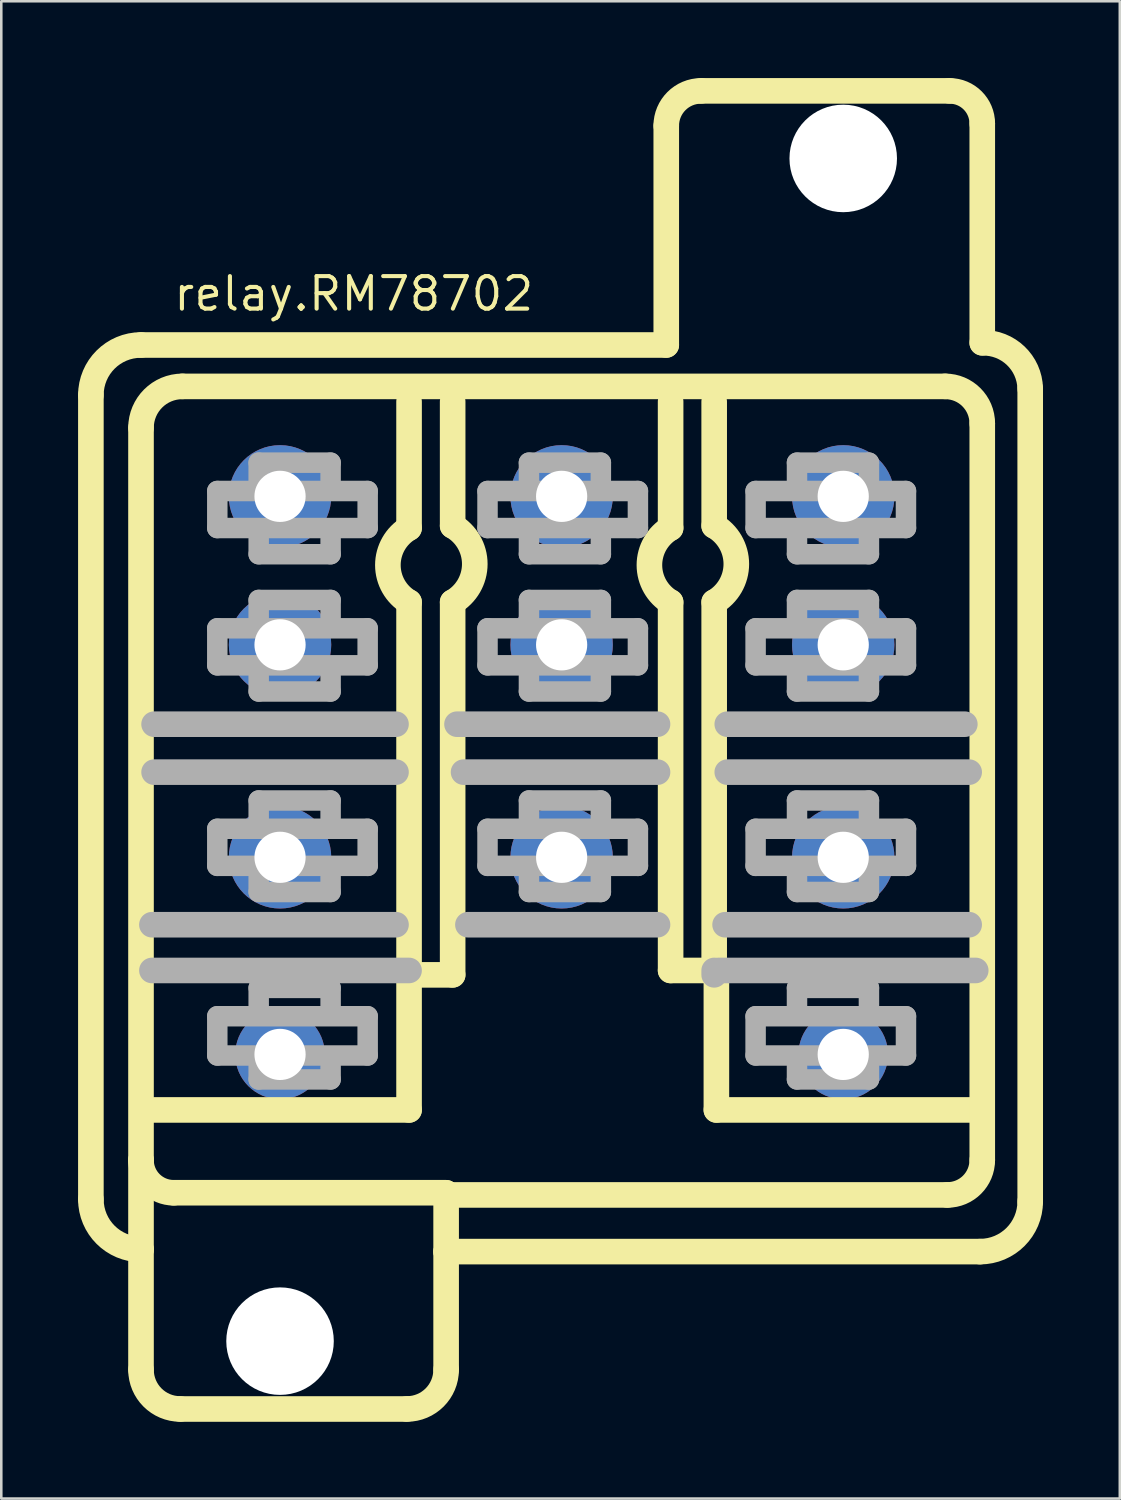
<source format=kicad_pcb>
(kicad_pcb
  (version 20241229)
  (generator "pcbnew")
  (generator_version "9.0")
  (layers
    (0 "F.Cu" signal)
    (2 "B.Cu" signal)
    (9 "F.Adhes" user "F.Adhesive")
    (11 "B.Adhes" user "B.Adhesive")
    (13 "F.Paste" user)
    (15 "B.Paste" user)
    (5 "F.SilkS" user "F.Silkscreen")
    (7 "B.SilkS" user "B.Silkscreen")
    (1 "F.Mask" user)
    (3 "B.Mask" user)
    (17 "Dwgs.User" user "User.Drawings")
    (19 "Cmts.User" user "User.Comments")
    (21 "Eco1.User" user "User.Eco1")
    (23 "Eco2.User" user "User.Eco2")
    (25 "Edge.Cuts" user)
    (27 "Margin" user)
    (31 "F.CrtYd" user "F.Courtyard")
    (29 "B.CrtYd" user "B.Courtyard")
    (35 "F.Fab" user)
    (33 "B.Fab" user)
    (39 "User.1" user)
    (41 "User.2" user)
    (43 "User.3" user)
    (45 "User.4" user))
  (footprint "relay.RM78702"
    (layer "F.Cu")
    (at 18.889 29.489)
    (property "Reference" "relay.RM78702" (at -15.24 -20.32 0) (layer "F.SilkS") (effects (font (size 1.27 1.27) (thickness 0.16)) (justify left bottom)))
    (attr through_hole)
    (fp_line (start -18.389 14.309) (end -18.389 -17.105) (stroke (width 1) (type default)) (layer "F.SilkS"))
    (fp_line (start -16.431 -19.063) (end 4.087 -19.063) (stroke (width 1) (type default)) (layer "F.SilkS"))
    (fp_line (start -16.431 12.777) (end -16.431 -15.828) (stroke (width 1) (type default)) (layer "F.SilkS"))
    (fp_line (start -16.431 12.777) (end -16.431 16.268) (stroke (width 1) (type default)) (layer "F.SilkS"))
    (fp_line (start -16.431 16.268) (end -16.431 20.968) (stroke (width 1) (type default)) (layer "F.SilkS"))
    (fp_line (start -14.899 22.5) (end -6.045 22.5) (stroke (width 1) (type default)) (layer "F.SilkS"))
    (fp_line (start -14.813 -17.446) (end 14.984 -17.446) (stroke (width 1) (type default)) (layer "F.SilkS"))
    (fp_line (start -5.96 -16.85) (end -5.96 -11.912) (stroke (width 1) (type default)) (layer "F.SilkS"))
    (fp_line (start -5.96 -9.018) (end -5.96 5.37) (stroke (width 1) (type default)) (layer "F.SilkS"))
    (fp_line (start -5.96 5.541) (end -5.96 10.819) (stroke (width 1) (type default)) (layer "F.SilkS"))
    (fp_line (start -5.96 10.819) (end -15.92 10.819) (stroke (width 1) (type default)) (layer "F.SilkS"))
    (fp_line (start -4.512 14.054) (end -15.154 14.054) (stroke (width 1) (type default)) (layer "F.SilkS"))
    (fp_line (start -4.512 16.353) (end -4.512 14.054) (stroke (width 1) (type default)) (layer "F.SilkS"))
    (fp_line (start -4.512 20.968) (end -4.512 16.353) (stroke (width 1) (type default)) (layer "F.SilkS"))
    (fp_line (start -4.257 -16.85) (end -4.257 -11.997) (stroke (width 1) (type default)) (layer "F.SilkS"))
    (fp_line (start -4.257 -9.018) (end -4.257 5.541) (stroke (width 1) (type default)) (layer "F.SilkS"))
    (fp_line (start -4.257 5.541) (end -5.96 5.541) (stroke (width 1) (type default)) (layer "F.SilkS"))
    (fp_line (start 4.087 -19.063) (end 4.087 -27.627) (stroke (width 1) (type default)) (layer "F.SilkS"))
    (fp_line (start 4.257 -16.85) (end 4.257 -11.912) (stroke (width 1) (type default)) (layer "F.SilkS"))
    (fp_line (start 4.257 -9.018) (end 4.257 5.37) (stroke (width 1) (type default)) (layer "F.SilkS"))
    (fp_line (start 5.449 -28.989) (end 15.154 -28.989) (stroke (width 1) (type default)) (layer "F.SilkS"))
    (fp_line (start 5.959 -16.85) (end 5.959 -11.997) (stroke (width 1) (type default)) (layer "F.SilkS"))
    (fp_line (start 5.959 -9.018) (end 5.959 5.37) (stroke (width 1) (type default)) (layer "F.SilkS"))
    (fp_line (start 5.959 5.37) (end 4.257 5.37) (stroke (width 1) (type default)) (layer "F.SilkS"))
    (fp_line (start 6.045 5.541) (end 6.045 10.819) (stroke (width 1) (type default)) (layer "F.SilkS"))
    (fp_line (start 15.069 14.139) (end -4.597 14.139) (stroke (width 1) (type default)) (layer "F.SilkS"))
    (fp_line (start 16.005 10.819) (end 6.045 10.819) (stroke (width 1) (type default)) (layer "F.SilkS"))
    (fp_line (start 16.346 16.353) (end -4.512 16.353) (stroke (width 1) (type default)) (layer "F.SilkS"))
    (fp_line (start 16.431 -15.999) (end 16.431 12.777) (stroke (width 1) (type default)) (layer "F.SilkS"))
    (fp_line (start 16.431 -27.712) (end 16.431 -19.149) (stroke (width 1) (type default)) (layer "F.SilkS"))
    (fp_line (start 18.304 -17.361) (end 18.304 14.395) (stroke (width 1) (type default)) (layer "F.SilkS"))
    (fp_arc (start -18.3892 -17.1053) (mid -17.815686 -18.489886) (end -16.4311 -19.0634) (stroke (width 1) (type default)) (layer "F.SilkS"))
    (fp_arc (start -16.4311 -15.8283) (mid -15.957316 -16.972116) (end -14.8135 -17.4459) (stroke (width 1) (type default)) (layer "F.SilkS"))
    (fp_arc (start -16.4311 16.2676) (mid -17.815657 15.694057) (end -18.3892 14.3095) (stroke (width 1) (type default)) (layer "F.SilkS"))
    (fp_arc (start -15.1541 14.0541) (mid -16.057075 13.680075) (end -16.4311 12.7771) (stroke (width 1) (type default)) (layer "F.SilkS"))
    (fp_arc (start -14.8987 22.5) (mid -15.98227 22.05117) (end -16.4311 20.9676) (stroke (width 1) (type default)) (layer "F.SilkS"))
    (fp_arc (start -5.9595 -9.0175) (mid -6.787304 -10.4648) (end -5.9595 -11.9121) (stroke (width 1) (type default)) (layer "F.SilkS"))
    (fp_arc (start -4.5122 20.9676) (mid -4.96103 22.05117) (end -6.0446 22.5) (stroke (width 1) (type default)) (layer "F.SilkS"))
    (fp_arc (start -4.2568 -11.9972) (mid -3.392286 -10.50735) (end -4.2568 -9.0175) (stroke (width 1) (type default)) (layer "F.SilkS"))
    (fp_arc (start 4.0865 -27.6268) (mid 4.485479 -28.590021) (end 5.4487 -28.989) (stroke (width 1) (type default)) (layer "F.SilkS"))
    (fp_arc (start 4.2567 -9.0175) (mid 3.428896 -10.4648) (end 4.2567 -11.9121) (stroke (width 1) (type default)) (layer "F.SilkS"))
    (fp_arc (start 5.9594 -11.9972) (mid 6.823914 -10.50735) (end 5.9594 -9.0175) (stroke (width 1) (type default)) (layer "F.SilkS"))
    (fp_arc (start 14.9837 -17.4459) (mid 16.007096 -17.021996) (end 16.431 -15.9986) (stroke (width 1) (type default)) (layer "F.SilkS"))
    (fp_arc (start 15.154 -28.989) (mid 16.057046 -28.614946) (end 16.4311 -27.7119) (stroke (width 1) (type default)) (layer "F.SilkS"))
    (fp_arc (start 16.431 12.7771) (mid 16.031992 13.740192) (end 15.0689 14.1392) (stroke (width 1) (type default)) (layer "F.SilkS"))
    (fp_arc (start 16.4311 -19.1486) (mid 17.737976 -18.642687) (end 18.304 -17.3607) (stroke (width 1) (type default)) (layer "F.SilkS"))
    (fp_arc (start 18.304 14.3946) (mid 17.730457 15.779157) (end 16.3459 16.3527) (stroke (width 1) (type default)) (layer "F.SilkS"))
    (fp_line (start -16.005 3.583) (end -6.47 3.583) (stroke (width 1) (type default)) (layer "F.Fab"))
    (fp_line (start -13.451 -13.359) (end -13.451 -11.912) (stroke (width 0.8) (type default)) (layer "F.Fab"))
    (fp_line (start -13.451 -11.912) (end -7.577 -11.912) (stroke (width 0.8) (type default)) (layer "F.Fab"))
    (fp_line (start -13.451 -7.996) (end -7.577 -7.996) (stroke (width 0.8) (type default)) (layer "F.Fab"))
    (fp_line (start -13.451 -6.549) (end -13.451 -7.996) (stroke (width 0.8) (type default)) (layer "F.Fab"))
    (fp_line (start -13.451 -0.164) (end -7.577 -0.164) (stroke (width 0.8) (type default)) (layer "F.Fab"))
    (fp_line (start -13.451 1.284) (end -13.451 -0.164) (stroke (width 0.8) (type default)) (layer "F.Fab"))
    (fp_line (start -13.451 7.158) (end -7.577 7.158) (stroke (width 0.8) (type default)) (layer "F.Fab"))
    (fp_line (start -13.451 8.691) (end -13.451 7.158) (stroke (width 0.8) (type default)) (layer "F.Fab"))
    (fp_line (start -11.834 -14.466) (end -9.024 -14.466) (stroke (width 0.8) (type default)) (layer "F.Fab"))
    (fp_line (start -11.834 -13.615) (end -11.834 -14.466) (stroke (width 0.8) (type default)) (layer "F.Fab"))
    (fp_line (start -11.834 -10.89) (end -11.834 -11.486) (stroke (width 0.8) (type default)) (layer "F.Fab"))
    (fp_line (start -11.834 -9.103) (end -9.024 -9.103) (stroke (width 0.8) (type default)) (layer "F.Fab"))
    (fp_line (start -11.834 -8.336) (end -11.834 -9.103) (stroke (width 0.8) (type default)) (layer "F.Fab"))
    (fp_line (start -11.834 -5.527) (end -11.834 -6.123) (stroke (width 0.8) (type default)) (layer "F.Fab"))
    (fp_line (start -11.834 -1.27) (end -9.024 -1.27) (stroke (width 0.8) (type default)) (layer "F.Fab"))
    (fp_line (start -11.834 -0.504) (end -11.834 -1.27) (stroke (width 0.8) (type default)) (layer "F.Fab"))
    (fp_line (start -11.834 2.305) (end -11.834 1.71) (stroke (width 0.8) (type default)) (layer "F.Fab"))
    (fp_line (start -11.834 6.051) (end -9.024 6.051) (stroke (width 0.8) (type default)) (layer "F.Fab"))
    (fp_line (start -11.834 6.818) (end -11.834 6.051) (stroke (width 0.8) (type default)) (layer "F.Fab"))
    (fp_line (start -11.834 9.627) (end -11.834 9.116) (stroke (width 0.8) (type default)) (layer "F.Fab"))
    (fp_line (start -9.024 -14.466) (end -9.024 -13.785) (stroke (width 0.8) (type default)) (layer "F.Fab"))
    (fp_line (start -9.024 -11.486) (end -9.024 -10.89) (stroke (width 0.8) (type default)) (layer "F.Fab"))
    (fp_line (start -9.024 -10.89) (end -11.834 -10.89) (stroke (width 0.8) (type default)) (layer "F.Fab"))
    (fp_line (start -9.024 -9.103) (end -9.024 -8.421) (stroke (width 0.8) (type default)) (layer "F.Fab"))
    (fp_line (start -9.024 -6.123) (end -9.024 -5.527) (stroke (width 0.8) (type default)) (layer "F.Fab"))
    (fp_line (start -9.024 -5.527) (end -11.834 -5.527) (stroke (width 0.8) (type default)) (layer "F.Fab"))
    (fp_line (start -9.024 -1.27) (end -9.024 -0.589) (stroke (width 0.8) (type default)) (layer "F.Fab"))
    (fp_line (start -9.024 1.71) (end -9.024 2.305) (stroke (width 0.8) (type default)) (layer "F.Fab"))
    (fp_line (start -9.024 2.305) (end -11.834 2.305) (stroke (width 0.8) (type default)) (layer "F.Fab"))
    (fp_line (start -9.024 6.051) (end -9.024 6.732) (stroke (width 0.8) (type default)) (layer "F.Fab"))
    (fp_line (start -9.024 9.116) (end -9.024 9.627) (stroke (width 0.8) (type default)) (layer "F.Fab"))
    (fp_line (start -9.024 9.627) (end -11.834 9.627) (stroke (width 0.8) (type default)) (layer "F.Fab"))
    (fp_line (start -7.577 -13.359) (end -13.451 -13.359) (stroke (width 0.8) (type default)) (layer "F.Fab"))
    (fp_line (start -7.577 -11.912) (end -7.577 -13.359) (stroke (width 0.8) (type default)) (layer "F.Fab"))
    (fp_line (start -7.577 -7.996) (end -7.577 -6.549) (stroke (width 0.8) (type default)) (layer "F.Fab"))
    (fp_line (start -7.577 -6.549) (end -13.451 -6.549) (stroke (width 0.8) (type default)) (layer "F.Fab"))
    (fp_line (start -7.577 -0.164) (end -7.577 1.284) (stroke (width 0.8) (type default)) (layer "F.Fab"))
    (fp_line (start -7.577 1.284) (end -13.451 1.284) (stroke (width 0.8) (type default)) (layer "F.Fab"))
    (fp_line (start -7.577 7.158) (end -7.577 8.691) (stroke (width 0.8) (type default)) (layer "F.Fab"))
    (fp_line (start -7.577 8.691) (end -13.451 8.691) (stroke (width 0.8) (type default)) (layer "F.Fab"))
    (fp_line (start -6.47 -4.25) (end -15.92 -4.25) (stroke (width 1) (type default)) (layer "F.Fab"))
    (fp_line (start -6.47 -2.377) (end -15.92 -2.377) (stroke (width 1) (type default)) (layer "F.Fab"))
    (fp_line (start -5.96 5.37) (end -16.005 5.37) (stroke (width 1) (type default)) (layer "F.Fab"))
    (fp_line (start -4.087 -4.25) (end 3.746 -4.25) (stroke (width 1) (type default)) (layer "F.Fab"))
    (fp_line (start -3.831 -2.377) (end 3.746 -2.377) (stroke (width 1) (type default)) (layer "F.Fab"))
    (fp_line (start -3.661 3.583) (end 3.746 3.583) (stroke (width 1) (type default)) (layer "F.Fab"))
    (fp_line (start -2.895 -13.359) (end -2.895 -11.912) (stroke (width 0.8) (type default)) (layer "F.Fab"))
    (fp_line (start -2.895 -11.912) (end 2.98 -11.912) (stroke (width 0.8) (type default)) (layer "F.Fab"))
    (fp_line (start -2.895 -7.996) (end 2.98 -7.996) (stroke (width 0.8) (type default)) (layer "F.Fab"))
    (fp_line (start -2.895 -6.549) (end -2.895 -7.996) (stroke (width 0.8) (type default)) (layer "F.Fab"))
    (fp_line (start -2.895 -0.164) (end 2.98 -0.164) (stroke (width 0.8) (type default)) (layer "F.Fab"))
    (fp_line (start -2.895 1.284) (end -2.895 -0.164) (stroke (width 0.8) (type default)) (layer "F.Fab"))
    (fp_line (start -1.277 -14.466) (end 1.532 -14.466) (stroke (width 0.8) (type default)) (layer "F.Fab"))
    (fp_line (start -1.277 -13.615) (end -1.277 -14.466) (stroke (width 0.8) (type default)) (layer "F.Fab"))
    (fp_line (start -1.277 -10.89) (end -1.277 -11.486) (stroke (width 0.8) (type default)) (layer "F.Fab"))
    (fp_line (start -1.277 -9.103) (end 1.532 -9.103) (stroke (width 0.8) (type default)) (layer "F.Fab"))
    (fp_line (start -1.277 -8.336) (end -1.277 -9.103) (stroke (width 0.8) (type default)) (layer "F.Fab"))
    (fp_line (start -1.277 -5.527) (end -1.277 -6.123) (stroke (width 0.8) (type default)) (layer "F.Fab"))
    (fp_line (start -1.277 -1.27) (end 1.532 -1.27) (stroke (width 0.8) (type default)) (layer "F.Fab"))
    (fp_line (start -1.277 -0.504) (end -1.277 -1.27) (stroke (width 0.8) (type default)) (layer "F.Fab"))
    (fp_line (start -1.277 2.305) (end -1.277 1.71) (stroke (width 0.8) (type default)) (layer "F.Fab"))
    (fp_line (start 1.532 -14.466) (end 1.532 -13.785) (stroke (width 0.8) (type default)) (layer "F.Fab"))
    (fp_line (start 1.532 -11.486) (end 1.532 -10.89) (stroke (width 0.8) (type default)) (layer "F.Fab"))
    (fp_line (start 1.532 -10.89) (end -1.277 -10.89) (stroke (width 0.8) (type default)) (layer "F.Fab"))
    (fp_line (start 1.532 -9.103) (end 1.532 -8.421) (stroke (width 0.8) (type default)) (layer "F.Fab"))
    (fp_line (start 1.532 -6.123) (end 1.532 -5.527) (stroke (width 0.8) (type default)) (layer "F.Fab"))
    (fp_line (start 1.532 -5.527) (end -1.277 -5.527) (stroke (width 0.8) (type default)) (layer "F.Fab"))
    (fp_line (start 1.532 -1.27) (end 1.532 -0.589) (stroke (width 0.8) (type default)) (layer "F.Fab"))
    (fp_line (start 1.532 1.71) (end 1.532 2.305) (stroke (width 0.8) (type default)) (layer "F.Fab"))
    (fp_line (start 1.532 2.305) (end -1.277 2.305) (stroke (width 0.8) (type default)) (layer "F.Fab"))
    (fp_line (start 2.98 -13.359) (end -2.895 -13.359) (stroke (width 0.8) (type default)) (layer "F.Fab"))
    (fp_line (start 2.98 -11.912) (end 2.98 -13.359) (stroke (width 0.8) (type default)) (layer "F.Fab"))
    (fp_line (start 2.98 -7.996) (end 2.98 -6.549) (stroke (width 0.8) (type default)) (layer "F.Fab"))
    (fp_line (start 2.98 -6.549) (end -2.895 -6.549) (stroke (width 0.8) (type default)) (layer "F.Fab"))
    (fp_line (start 2.98 -0.164) (end 2.98 1.284) (stroke (width 0.8) (type default)) (layer "F.Fab"))
    (fp_line (start 2.98 1.284) (end -2.895 1.284) (stroke (width 0.8) (type default)) (layer "F.Fab"))
    (fp_line (start 5.959 5.37) (end 5.959 5.541) (stroke (width 1) (type default)) (layer "F.Fab"))
    (fp_line (start 6.385 3.583) (end 15.92 3.583) (stroke (width 1) (type default)) (layer "F.Fab"))
    (fp_line (start 6.47 -4.25) (end 15.75 -4.25) (stroke (width 1) (type default)) (layer "F.Fab"))
    (fp_line (start 7.577 -13.359) (end 7.577 -11.912) (stroke (width 0.8) (type default)) (layer "F.Fab"))
    (fp_line (start 7.577 -11.912) (end 13.451 -11.912) (stroke (width 0.8) (type default)) (layer "F.Fab"))
    (fp_line (start 7.577 -7.996) (end 13.451 -7.996) (stroke (width 0.8) (type default)) (layer "F.Fab"))
    (fp_line (start 7.577 -6.549) (end 7.577 -7.996) (stroke (width 0.8) (type default)) (layer "F.Fab"))
    (fp_line (start 7.577 -0.164) (end 13.451 -0.164) (stroke (width 0.8) (type default)) (layer "F.Fab"))
    (fp_line (start 7.577 1.284) (end 7.577 -0.164) (stroke (width 0.8) (type default)) (layer "F.Fab"))
    (fp_line (start 7.577 7.158) (end 13.451 7.158) (stroke (width 0.8) (type default)) (layer "F.Fab"))
    (fp_line (start 7.577 8.691) (end 7.577 7.158) (stroke (width 0.8) (type default)) (layer "F.Fab"))
    (fp_line (start 9.194 -14.466) (end 12.004 -14.466) (stroke (width 0.8) (type default)) (layer "F.Fab"))
    (fp_line (start 9.194 -13.615) (end 9.194 -14.466) (stroke (width 0.8) (type default)) (layer "F.Fab"))
    (fp_line (start 9.194 -10.89) (end 9.194 -11.486) (stroke (width 0.8) (type default)) (layer "F.Fab"))
    (fp_line (start 9.194 -9.103) (end 12.004 -9.103) (stroke (width 0.8) (type default)) (layer "F.Fab"))
    (fp_line (start 9.194 -8.336) (end 9.194 -9.103) (stroke (width 0.8) (type default)) (layer "F.Fab"))
    (fp_line (start 9.194 -5.527) (end 9.194 -6.123) (stroke (width 0.8) (type default)) (layer "F.Fab"))
    (fp_line (start 9.194 -1.27) (end 12.004 -1.27) (stroke (width 0.8) (type default)) (layer "F.Fab"))
    (fp_line (start 9.194 -0.504) (end 9.194 -1.27) (stroke (width 0.8) (type default)) (layer "F.Fab"))
    (fp_line (start 9.194 2.305) (end 9.194 1.71) (stroke (width 0.8) (type default)) (layer "F.Fab"))
    (fp_line (start 9.194 6.051) (end 12.004 6.051) (stroke (width 0.8) (type default)) (layer "F.Fab"))
    (fp_line (start 9.194 6.818) (end 9.194 6.051) (stroke (width 0.8) (type default)) (layer "F.Fab"))
    (fp_line (start 9.194 9.627) (end 9.194 9.116) (stroke (width 0.8) (type default)) (layer "F.Fab"))
    (fp_line (start 12.004 -14.466) (end 12.004 -13.785) (stroke (width 0.8) (type default)) (layer "F.Fab"))
    (fp_line (start 12.004 -11.486) (end 12.004 -10.89) (stroke (width 0.8) (type default)) (layer "F.Fab"))
    (fp_line (start 12.004 -10.89) (end 9.194 -10.89) (stroke (width 0.8) (type default)) (layer "F.Fab"))
    (fp_line (start 12.004 -9.103) (end 12.004 -8.421) (stroke (width 0.8) (type default)) (layer "F.Fab"))
    (fp_line (start 12.004 -6.123) (end 12.004 -5.527) (stroke (width 0.8) (type default)) (layer "F.Fab"))
    (fp_line (start 12.004 -5.527) (end 9.194 -5.527) (stroke (width 0.8) (type default)) (layer "F.Fab"))
    (fp_line (start 12.004 -1.27) (end 12.004 -0.589) (stroke (width 0.8) (type default)) (layer "F.Fab"))
    (fp_line (start 12.004 1.71) (end 12.004 2.305) (stroke (width 0.8) (type default)) (layer "F.Fab"))
    (fp_line (start 12.004 2.305) (end 9.194 2.305) (stroke (width 0.8) (type default)) (layer "F.Fab"))
    (fp_line (start 12.004 6.051) (end 12.004 6.732) (stroke (width 0.8) (type default)) (layer "F.Fab"))
    (fp_line (start 12.004 9.116) (end 12.004 9.627) (stroke (width 0.8) (type default)) (layer "F.Fab"))
    (fp_line (start 12.004 9.627) (end 9.194 9.627) (stroke (width 0.8) (type default)) (layer "F.Fab"))
    (fp_line (start 13.451 -13.359) (end 7.577 -13.359) (stroke (width 0.8) (type default)) (layer "F.Fab"))
    (fp_line (start 13.451 -11.912) (end 13.451 -13.359) (stroke (width 0.8) (type default)) (layer "F.Fab"))
    (fp_line (start 13.451 -7.996) (end 13.451 -6.549) (stroke (width 0.8) (type default)) (layer "F.Fab"))
    (fp_line (start 13.451 -6.549) (end 7.577 -6.549) (stroke (width 0.8) (type default)) (layer "F.Fab"))
    (fp_line (start 13.451 -0.164) (end 13.451 1.284) (stroke (width 0.8) (type default)) (layer "F.Fab"))
    (fp_line (start 13.451 1.284) (end 7.577 1.284) (stroke (width 0.8) (type default)) (layer "F.Fab"))
    (fp_line (start 13.451 7.158) (end 13.451 8.691) (stroke (width 0.8) (type default)) (layer "F.Fab"))
    (fp_line (start 13.451 8.691) (end 7.577 8.691) (stroke (width 0.8) (type default)) (layer "F.Fab"))
    (fp_line (start 15.92 -2.377) (end 6.47 -2.377) (stroke (width 1) (type default)) (layer "F.Fab"))
    (fp_line (start 16.176 5.37) (end 6.13 5.37) (stroke (width 1) (type default)) (layer "F.Fab"))
    (pad "" np_thru_hole circle (at -11 19.85) (size 4.2 4.2) (drill 4.2) (layers "*.Cu" "*.Mask"))
    (pad "" np_thru_hole circle (at 11 -26.35) (size 4.2 4.2) (drill 4.2) (layers "*.Cu" "*.Mask"))
    (pad "11" thru_hole circle (at 11 0.95) (size 4 4) (drill 2) (layers "*.Cu" "*.Mask"))
    (pad "12" thru_hole circle (at 11 -13.15) (size 4 4) (drill 2) (layers "*.Cu" "*.Mask"))
    (pad "14" thru_hole circle (at 11 -7.35) (size 4 4) (drill 2) (layers "*.Cu" "*.Mask"))
    (pad "21" thru_hole circle (at 0 0.95) (size 4 4) (drill 2) (layers "*.Cu" "*.Mask"))
    (pad "22" thru_hole circle (at 0 -13.15) (size 4 4) (drill 2) (layers "*.Cu" "*.Mask"))
    (pad "24" thru_hole circle (at 0 -7.35) (size 4 4) (drill 2) (layers "*.Cu" "*.Mask"))
    (pad "31" thru_hole circle (at -11 0.95) (size 4 4) (drill 2) (layers "*.Cu" "*.Mask"))
    (pad "32" thru_hole circle (at -11 -13.15) (size 4 4) (drill 2) (layers "*.Cu" "*.Mask"))
    (pad "34" thru_hole circle (at -11 -7.35) (size 4 4) (drill 2) (layers "*.Cu" "*.Mask"))
    (pad "A1" thru_hole circle (at 11 8.65) (size 3.5 3.5) (drill 2) (layers "*.Cu" "*.Mask"))
    (pad "A2" thru_hole circle (at -11 8.65) (size 3.5 3.5) (drill 2) (layers "*.Cu" "*.Mask")))
  (gr_rect
    (start -3 -3)
    (end 40.693 55.489)
    (stroke (width 0.1) (type default))
    (fill no)
    (layer "Edge.Cuts")))
</source>
